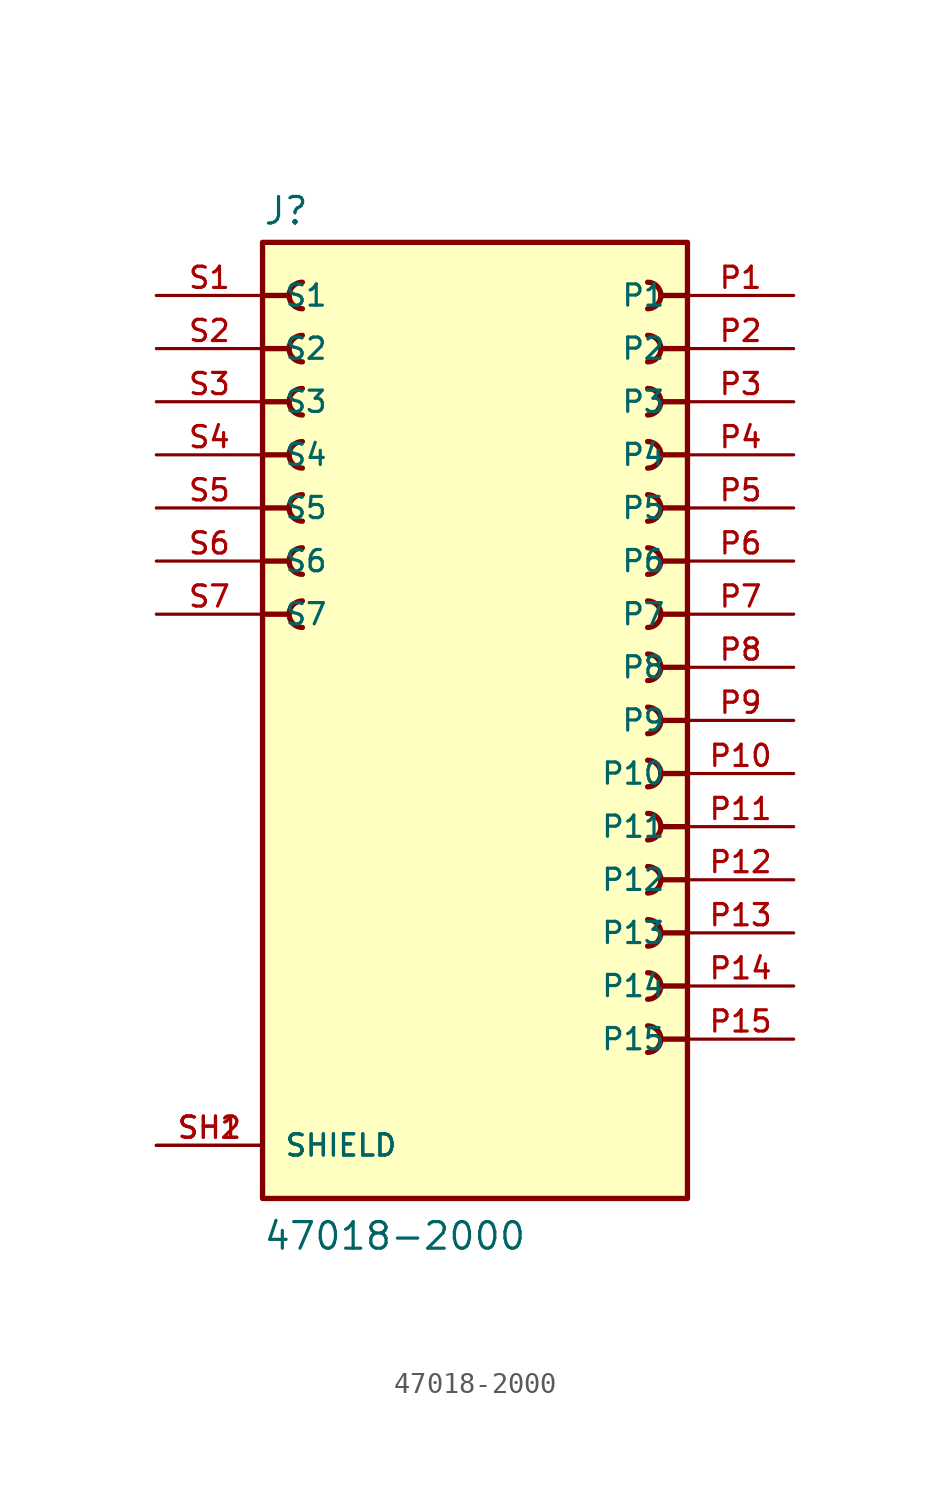
<source format=kicad_sym>
(kicad_symbol_lib
  (version 20211014)
  (generator kicad_symbol_editor)
  (symbol "47018-2000"
    (pin_names
      (offset 1.016))
    (property "Reference" "J"
      (at -10.16 23.622 0)
      (effects (font (size 1.27 1.27)) (justify bottom left)))
    (property "Value" "47018-2000"
      (at -10.16 -25.4 0)
      (effects (font (size 1.27 1.27)) (justify bottom left)))
    (symbol "47018-2000_0_0"
      (polyline (pts (xy 10.16 20.32) (xy 8.89 20.32)) (stroke (width 0.254)))
      (arc (start 8.255 19.685) (mid 8.89 20.32) (end 8.255 20.955) (stroke (width 0.254) (type default) (color 0 0 0 0)) (fill (type none)))
      (polyline (pts (xy 10.16 17.78) (xy 8.89 17.78)) (stroke (width 0.254)))
      (arc (start 8.255 17.145) (mid 8.89 17.78) (end 8.255 18.415) (stroke (width 0.254) (type default) (color 0 0 0 0)) (fill (type none)))
      (polyline (pts (xy 10.16 15.24) (xy 8.89 15.24)) (stroke (width 0.254)))
      (arc (start 8.255 14.605) (mid 8.89 15.24) (end 8.255 15.875) (stroke (width 0.254) (type default) (color 0 0 0 0)) (fill (type none)))
      (polyline (pts (xy 10.16 12.7) (xy 8.89 12.7)) (stroke (width 0.254)))
      (arc (start 8.255 12.065) (mid 8.89 12.7) (end 8.255 13.335) (stroke (width 0.254) (type default) (color 0 0 0 0)) (fill (type none)))
      (polyline (pts (xy 10.16 10.16) (xy 8.89 10.16)) (stroke (width 0.254)))
      (arc (start 8.255 9.525) (mid 8.89 10.16) (end 8.255 10.795) (stroke (width 0.254) (type default) (color 0 0 0 0)) (fill (type none)))
      (polyline (pts (xy 10.16 7.62) (xy 8.89 7.62)) (stroke (width 0.254)))
      (arc (start 8.255 6.985) (mid 8.89 7.62) (end 8.255 8.255) (stroke (width 0.254) (type default) (color 0 0 0 0)) (fill (type none)))
      (polyline (pts (xy 10.16 5.08) (xy 8.89 5.08)) (stroke (width 0.254)))
      (arc (start 8.255 4.445) (mid 8.89 5.08) (end 8.255 5.715) (stroke (width 0.254) (type default) (color 0 0 0 0)) (fill (type none)))
      (polyline (pts (xy 10.16 2.54) (xy 8.89 2.54)) (stroke (width 0.254)))
      (arc (start 8.255 1.905) (mid 8.89 2.54) (end 8.255 3.175) (stroke (width 0.254) (type default) (color 0 0 0 0)) (fill (type none)))
      (polyline (pts (xy 10.16 0.0) (xy 8.89 0.0)) (stroke (width 0.254)))
      (arc (start 8.255 -0.635) (mid 8.89 0.0) (end 8.255 0.635) (stroke (width 0.254) (type default) (color 0 0 0 0)) (fill (type none)))
      (polyline (pts (xy 10.16 -2.54) (xy 8.89 -2.54)) (stroke (width 0.254)))
      (arc (start 8.255 -3.175) (mid 8.89 -2.54) (end 8.255 -1.905) (stroke (width 0.254) (type default) (color 0 0 0 0)) (fill (type none)))
      (polyline (pts (xy -10.16 20.32) (xy -8.89 20.32)) (stroke (width 0.254)))
      (arc (start -8.255 19.685) (mid -8.89 20.32) (end -8.255 20.955) (stroke (width 0.254) (type default) (color 0 0 0 0)) (fill (type none)))
      (polyline (pts (xy -10.16 17.78) (xy -8.89 17.78)) (stroke (width 0.254)))
      (arc (start -8.255 17.145) (mid -8.89 17.78) (end -8.255 18.415) (stroke (width 0.254) (type default) (color 0 0 0 0)) (fill (type none)))
      (polyline (pts (xy -10.16 15.24) (xy -8.89 15.24)) (stroke (width 0.254)))
      (arc (start -8.255 14.605) (mid -8.89 15.24) (end -8.255 15.875) (stroke (width 0.254) (type default) (color 0 0 0 0)) (fill (type none)))
      (polyline (pts (xy -10.16 12.7) (xy -8.89 12.7)) (stroke (width 0.254)))
      (arc (start -8.255 12.065) (mid -8.89 12.7) (end -8.255 13.335) (stroke (width 0.254) (type default) (color 0 0 0 0)) (fill (type none)))
      (polyline (pts (xy -10.16 10.16) (xy -8.89 10.16)) (stroke (width 0.254)))
      (arc (start -8.255 9.525) (mid -8.89 10.16) (end -8.255 10.795) (stroke (width 0.254) (type default) (color 0 0 0 0)) (fill (type none)))
      (polyline (pts (xy -10.16 7.62) (xy -8.89 7.62)) (stroke (width 0.254)))
      (arc (start -8.255 6.985) (mid -8.89 7.62) (end -8.255 8.255) (stroke (width 0.254) (type default) (color 0 0 0 0)) (fill (type none)))
      (polyline (pts (xy -10.16 5.08) (xy -8.89 5.08)) (stroke (width 0.254)))
      (arc (start -8.255 4.445) (mid -8.89 5.08) (end -8.255 5.715) (stroke (width 0.254) (type default) (color 0 0 0 0)) (fill (type none)))
      (polyline (pts (xy 10.16 -5.08) (xy 8.89 -5.08)) (stroke (width 0.254)))
      (arc (start 8.255 -5.715) (mid 8.89 -5.08) (end 8.255 -4.445) (stroke (width 0.254) (type default) (color 0 0 0 0)) (fill (type none)))
      (polyline (pts (xy 10.16 -7.62) (xy 8.89 -7.62)) (stroke (width 0.254)))
      (arc (start 8.255 -8.255) (mid 8.89 -7.62) (end 8.255 -6.985) (stroke (width 0.254) (type default) (color 0 0 0 0)) (fill (type none)))
      (polyline (pts (xy 10.16 -10.16) (xy 8.89 -10.16)) (stroke (width 0.254)))
      (arc (start 8.255 -10.795) (mid 8.89 -10.16) (end 8.255 -9.525) (stroke (width 0.254) (type default) (color 0 0 0 0)) (fill (type none)))
      (polyline (pts (xy 10.16 -12.7) (xy 8.89 -12.7)) (stroke (width 0.254)))
      (arc (start 8.255 -13.335) (mid 8.89 -12.7) (end 8.255 -12.065) (stroke (width 0.254) (type default) (color 0 0 0 0)) (fill (type none)))
      (polyline (pts (xy 10.16 -15.24) (xy 8.89 -15.24)) (stroke (width 0.254)))
      (arc (start 8.255 -15.875) (mid 8.89 -15.24) (end 8.255 -14.605) (stroke (width 0.254) (type default) (color 0 0 0 0)) (fill (type none)))
      (rectangle (start -10.16 -22.86) (end 10.16 22.86) (stroke (width 0.254)) (fill (type background)))
      (pin passive line (at -15.24 20.32 0) (length 5.08) (name "S1" (effects (font (size 1.016 1.016)))) (number "S1" (effects (font (size 1.016 1.016)))))
      (pin passive line (at -15.24 17.78 0) (length 5.08) (name "S2" (effects (font (size 1.016 1.016)))) (number "S2" (effects (font (size 1.016 1.016)))))
      (pin passive line (at -15.24 15.24 0) (length 5.08) (name "S3" (effects (font (size 1.016 1.016)))) (number "S3" (effects (font (size 1.016 1.016)))))
      (pin passive line (at -15.24 12.7 0) (length 5.08) (name "S4" (effects (font (size 1.016 1.016)))) (number "S4" (effects (font (size 1.016 1.016)))))
      (pin passive line (at -15.24 10.16 0) (length 5.08) (name "S5" (effects (font (size 1.016 1.016)))) (number "S5" (effects (font (size 1.016 1.016)))))
      (pin passive line (at -15.24 7.62 0) (length 5.08) (name "S6" (effects (font (size 1.016 1.016)))) (number "S6" (effects (font (size 1.016 1.016)))))
      (pin passive line (at -15.24 5.08 0) (length 5.08) (name "S7" (effects (font (size 1.016 1.016)))) (number "S7" (effects (font (size 1.016 1.016)))))
      (pin power_in line (at 15.24 20.32 180.0) (length 5.08) (name "P1" (effects (font (size 1.016 1.016)))) (number "P1" (effects (font (size 1.016 1.016)))))
      (pin power_in line (at 15.24 17.78 180.0) (length 5.08) (name "P2" (effects (font (size 1.016 1.016)))) (number "P2" (effects (font (size 1.016 1.016)))))
      (pin power_in line (at 15.24 15.24 180.0) (length 5.08) (name "P3" (effects (font (size 1.016 1.016)))) (number "P3" (effects (font (size 1.016 1.016)))))
      (pin power_in line (at 15.24 12.7 180.0) (length 5.08) (name "P4" (effects (font (size 1.016 1.016)))) (number "P4" (effects (font (size 1.016 1.016)))))
      (pin power_in line (at 15.24 10.16 180.0) (length 5.08) (name "P5" (effects (font (size 1.016 1.016)))) (number "P5" (effects (font (size 1.016 1.016)))))
      (pin power_in line (at 15.24 7.62 180.0) (length 5.08) (name "P6" (effects (font (size 1.016 1.016)))) (number "P6" (effects (font (size 1.016 1.016)))))
      (pin power_in line (at 15.24 5.08 180.0) (length 5.08) (name "P7" (effects (font (size 1.016 1.016)))) (number "P7" (effects (font (size 1.016 1.016)))))
      (pin power_in line (at 15.24 2.54 180.0) (length 5.08) (name "P8" (effects (font (size 1.016 1.016)))) (number "P8" (effects (font (size 1.016 1.016)))))
      (pin power_in line (at 15.24 0.0 180.0) (length 5.08) (name "P9" (effects (font (size 1.016 1.016)))) (number "P9" (effects (font (size 1.016 1.016)))))
      (pin power_in line (at 15.24 -2.54 180.0) (length 5.08) (name "P10" (effects (font (size 1.016 1.016)))) (number "P10" (effects (font (size 1.016 1.016)))))
      (pin power_in line (at 15.24 -5.08 180.0) (length 5.08) (name "P11" (effects (font (size 1.016 1.016)))) (number "P11" (effects (font (size 1.016 1.016)))))
      (pin power_in line (at 15.24 -7.62 180.0) (length 5.08) (name "P12" (effects (font (size 1.016 1.016)))) (number "P12" (effects (font (size 1.016 1.016)))))
      (pin power_in line (at 15.24 -10.16 180.0) (length 5.08) (name "P13" (effects (font (size 1.016 1.016)))) (number "P13" (effects (font (size 1.016 1.016)))))
      (pin power_in line (at 15.24 -12.7 180.0) (length 5.08) (name "P14" (effects (font (size 1.016 1.016)))) (number "P14" (effects (font (size 1.016 1.016)))))
      (pin power_in line (at 15.24 -15.24 180.0) (length 5.08) (name "P15" (effects (font (size 1.016 1.016)))) (number "P15" (effects (font (size 1.016 1.016)))))
      (pin passive line (at -15.24 -20.32 0) (length 5.08) (name "SHIELD" (effects (font (size 1.016 1.016)))) (number "SH1" (effects (font (size 1.016 1.016)))))
      (pin passive line (at -15.24 -20.32 0) (length 5.08) (name "SHIELD" (effects (font (size 1.016 1.016)))) (number "SH2" (effects (font (size 1.016 1.016))))))))
</source>
